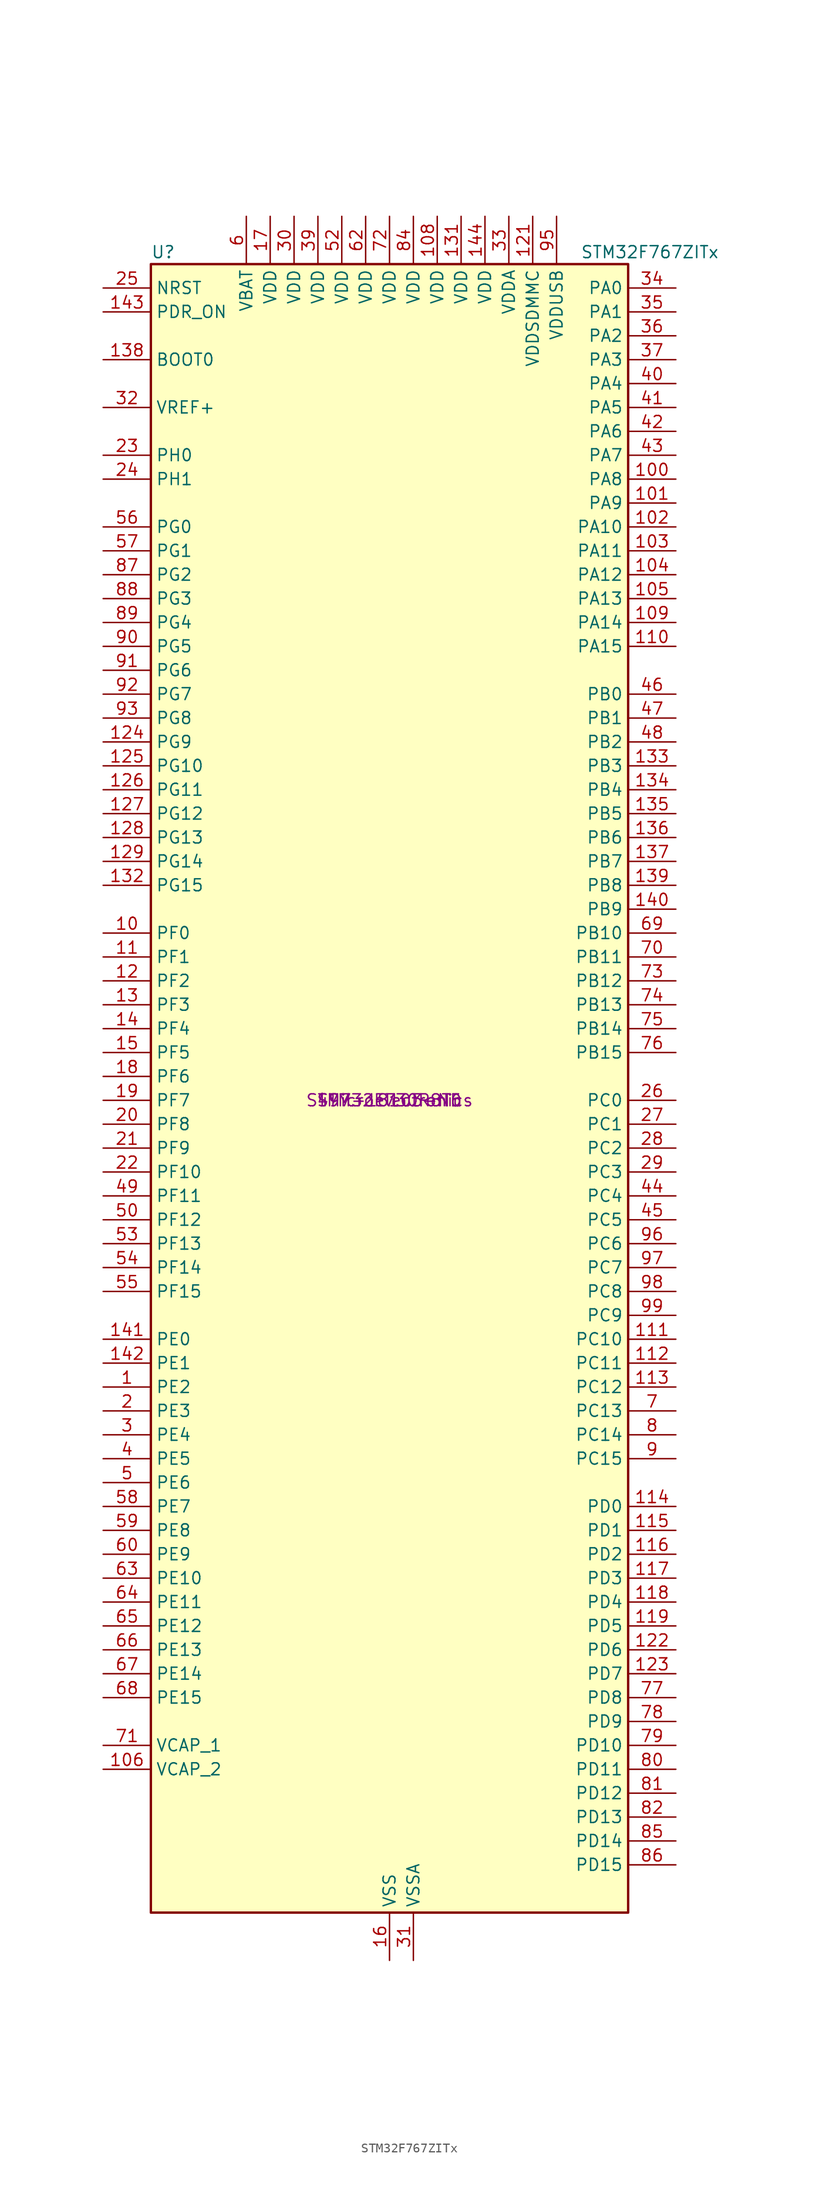
<source format=kicad_sym>
(kicad_symbol_lib
  (version 20231120)
  (generator "kicad_symbol_editor")
  (generator_version "8.0")
  (symbol "STM32F767ZITx"
    (property "Reference" "U"
      (at -25.4 90.17 0)
      (effects (font (size 1.27 1.27)) (justify left)))
    (property "Value" "STM32F767ZITx"
      (at 20.32 90.17 0)
      (effects (font (size 1.27 1.27)) (justify left)))
    (property "MFR" "STMicroelectronics"
      (at 0 0 0)
      (effects (font (size 1.27 1.27))))
    (property "DPN" "497-18103-ND"
      (at 0 0 0)
      (effects (font (size 1.27 1.27))))
    (property "MPN" "STM32F730R8T6"
      (at 0 0 0)
      (effects (font (size 1.27 1.27))))
    (symbol "STM32F767ZITx_0_1"
      (rectangle (start -25.4 88.9) (end 25.4 -86.36) (stroke (width 0.254) (type default)) (fill (type background))))
    (symbol "STM32F767ZITx_1_1"
      (pin bidirectional line (at -30.48 -30.48 0) (length 5.08) (name "PE2" (effects (font (size 1.27 1.27)))) (number "1" (effects (font (size 1.27 1.27)))) (alternate "ETH_TXD3" bidirectional line) (alternate "FMC_A23" bidirectional line) (alternate "QUADSPI_BK1_IO2" bidirectional line) (alternate "SAI1_MCLK_A" bidirectional line) (alternate "SPI4_SCK" bidirectional line) (alternate "SYS_TRACECLK" bidirectional line))
      (pin bidirectional line (at -30.48 17.78 0) (length 5.08) (name "PF0" (effects (font (size 1.27 1.27)))) (number "10" (effects (font (size 1.27 1.27)))) (alternate "FMC_A0" bidirectional line) (alternate "I2C2_SDA" bidirectional line))
      (pin bidirectional line (at 30.48 66.04 180) (length 5.08) (name "PA8" (effects (font (size 1.27 1.27)))) (number "100" (effects (font (size 1.27 1.27)))) (alternate "CAN3_RX" bidirectional line) (alternate "I2C3_SCL" bidirectional line) (alternate "LTDC_B3" bidirectional line) (alternate "LTDC_R6" bidirectional line) (alternate "RCC_MCO_1" bidirectional line) (alternate "TIM1_CH1" bidirectional line) (alternate "TIM8_BKIN2" bidirectional line) (alternate "UART7_RX" bidirectional line) (alternate "USART1_CK" bidirectional line) (alternate "USB_OTG_FS_SOF" bidirectional line))
      (pin bidirectional line (at 30.48 63.5 180) (length 5.08) (name "PA9" (effects (font (size 1.27 1.27)))) (number "101" (effects (font (size 1.27 1.27)))) (alternate "DAC_EXTI9" bidirectional line) (alternate "DCMI_D0" bidirectional line) (alternate "I2C3_SMBA" bidirectional line) (alternate "I2S2_CK" bidirectional line) (alternate "LTDC_R5" bidirectional line) (alternate "SPI2_SCK" bidirectional line) (alternate "TIM1_CH2" bidirectional line) (alternate "USART1_TX" bidirectional line) (alternate "USB_OTG_FS_VBUS" bidirectional line))
      (pin bidirectional line (at 30.48 60.96 180) (length 5.08) (name "PA10" (effects (font (size 1.27 1.27)))) (number "102" (effects (font (size 1.27 1.27)))) (alternate "DCMI_D1" bidirectional line) (alternate "LTDC_B1" bidirectional line) (alternate "LTDC_B4" bidirectional line) (alternate "MDIOS_MDIO" bidirectional line) (alternate "TIM1_CH3" bidirectional line) (alternate "USART1_RX" bidirectional line) (alternate "USB_OTG_FS_ID" bidirectional line))
      (pin bidirectional line (at 30.48 58.42 180) (length 5.08) (name "PA11" (effects (font (size 1.27 1.27)))) (number "103" (effects (font (size 1.27 1.27)))) (alternate "ADC1_EXTI11" bidirectional line) (alternate "ADC2_EXTI11" bidirectional line) (alternate "ADC3_EXTI11" bidirectional line) (alternate "CAN1_RX" bidirectional line) (alternate "I2S2_WS" bidirectional line) (alternate "LTDC_R4" bidirectional line) (alternate "SPI2_NSS" bidirectional line) (alternate "TIM1_CH4" bidirectional line) (alternate "UART4_RX" bidirectional line) (alternate "USART1_CTS" bidirectional line) (alternate "USB_OTG_FS_DM" bidirectional line))
      (pin bidirectional line (at 30.48 55.88 180) (length 5.08) (name "PA12" (effects (font (size 1.27 1.27)))) (number "104" (effects (font (size 1.27 1.27)))) (alternate "CAN1_TX" bidirectional line) (alternate "I2S2_CK" bidirectional line) (alternate "LTDC_R5" bidirectional line) (alternate "SAI2_FS_B" bidirectional line) (alternate "SPI2_SCK" bidirectional line) (alternate "TIM1_ETR" bidirectional line) (alternate "UART4_TX" bidirectional line) (alternate "USART1_DE" bidirectional line) (alternate "USART1_RTS" bidirectional line) (alternate "USB_OTG_FS_DP" bidirectional line))
      (pin bidirectional line (at 30.48 53.34 180) (length 5.08) (name "PA13" (effects (font (size 1.27 1.27)))) (number "105" (effects (font (size 1.27 1.27)))) (alternate "SYS_JTMS-SWDIO" bidirectional line))
      (pin power_out line (at -30.48 -71.12 0) (length 5.08) (name "VCAP_2" (effects (font (size 1.27 1.27)))) (number "106" (effects (font (size 1.27 1.27)))))
      (pin passive line (at 0 -91.44 90) (length 5.08) hide (name "VSS" (effects (font (size 1.27 1.27)))) (number "107" (effects (font (size 1.27 1.27)))))
      (pin power_in line (at 5.08 93.98 270) (length 5.08) (name "VDD" (effects (font (size 1.27 1.27)))) (number "108" (effects (font (size 1.27 1.27)))))
      (pin bidirectional line (at 30.48 50.8 180) (length 5.08) (name "PA14" (effects (font (size 1.27 1.27)))) (number "109" (effects (font (size 1.27 1.27)))) (alternate "SYS_JTCK-SWCLK" bidirectional line))
      (pin bidirectional line (at -30.48 15.24 0) (length 5.08) (name "PF1" (effects (font (size 1.27 1.27)))) (number "11" (effects (font (size 1.27 1.27)))) (alternate "FMC_A1" bidirectional line) (alternate "I2C2_SCL" bidirectional line))
      (pin bidirectional line (at 30.48 48.26 180) (length 5.08) (name "PA15" (effects (font (size 1.27 1.27)))) (number "110" (effects (font (size 1.27 1.27)))) (alternate "CAN3_TX" bidirectional line) (alternate "CEC" bidirectional line) (alternate "I2S1_WS" bidirectional line) (alternate "I2S3_WS" bidirectional line) (alternate "SPI1_NSS" bidirectional line) (alternate "SPI3_NSS" bidirectional line) (alternate "SPI6_NSS" bidirectional line) (alternate "SYS_JTDI" bidirectional line) (alternate "TIM2_CH1" bidirectional line) (alternate "TIM2_ETR" bidirectional line) (alternate "UART4_DE" bidirectional line) (alternate "UART4_RTS" bidirectional line) (alternate "UART7_TX" bidirectional line))
      (pin bidirectional line (at 30.48 -25.4 180) (length 5.08) (name "PC10" (effects (font (size 1.27 1.27)))) (number "111" (effects (font (size 1.27 1.27)))) (alternate "DCMI_D8" bidirectional line) (alternate "DFSDM1_CKIN5" bidirectional line) (alternate "I2S3_CK" bidirectional line) (alternate "LTDC_R2" bidirectional line) (alternate "QUADSPI_BK1_IO1" bidirectional line) (alternate "SDMMC1_D2" bidirectional line) (alternate "SPI3_SCK" bidirectional line) (alternate "UART4_TX" bidirectional line) (alternate "USART3_TX" bidirectional line))
      (pin bidirectional line (at 30.48 -27.94 180) (length 5.08) (name "PC11" (effects (font (size 1.27 1.27)))) (number "112" (effects (font (size 1.27 1.27)))) (alternate "ADC1_EXTI11" bidirectional line) (alternate "ADC2_EXTI11" bidirectional line) (alternate "ADC3_EXTI11" bidirectional line) (alternate "DCMI_D4" bidirectional line) (alternate "DFSDM1_DATIN5" bidirectional line) (alternate "QUADSPI_BK2_NCS" bidirectional line) (alternate "SDMMC1_D3" bidirectional line) (alternate "SPI3_MISO" bidirectional line) (alternate "UART4_RX" bidirectional line) (alternate "USART3_RX" bidirectional line))
      (pin bidirectional line (at 30.48 -30.48 180) (length 5.08) (name "PC12" (effects (font (size 1.27 1.27)))) (number "113" (effects (font (size 1.27 1.27)))) (alternate "DCMI_D9" bidirectional line) (alternate "I2S3_SD" bidirectional line) (alternate "SDMMC1_CK" bidirectional line) (alternate "SPI3_MOSI" bidirectional line) (alternate "SYS_TRACED3" bidirectional line) (alternate "UART5_TX" bidirectional line) (alternate "USART3_CK" bidirectional line))
      (pin bidirectional line (at 30.48 -43.18 180) (length 5.08) (name "PD0" (effects (font (size 1.27 1.27)))) (number "114" (effects (font (size 1.27 1.27)))) (alternate "CAN1_RX" bidirectional line) (alternate "DFSDM1_CKIN6" bidirectional line) (alternate "DFSDM1_DATIN7" bidirectional line) (alternate "FMC_D2" bidirectional line) (alternate "FMC_DA2" bidirectional line) (alternate "UART4_RX" bidirectional line))
      (pin bidirectional line (at 30.48 -45.72 180) (length 5.08) (name "PD1" (effects (font (size 1.27 1.27)))) (number "115" (effects (font (size 1.27 1.27)))) (alternate "CAN1_TX" bidirectional line) (alternate "DFSDM1_CKIN7" bidirectional line) (alternate "DFSDM1_DATIN6" bidirectional line) (alternate "FMC_D3" bidirectional line) (alternate "FMC_DA3" bidirectional line) (alternate "UART4_TX" bidirectional line))
      (pin bidirectional line (at 30.48 -48.26 180) (length 5.08) (name "PD2" (effects (font (size 1.27 1.27)))) (number "116" (effects (font (size 1.27 1.27)))) (alternate "DCMI_D11" bidirectional line) (alternate "SDMMC1_CMD" bidirectional line) (alternate "SYS_TRACED2" bidirectional line) (alternate "TIM3_ETR" bidirectional line) (alternate "UART5_RX" bidirectional line))
      (pin bidirectional line (at 30.48 -50.8 180) (length 5.08) (name "PD3" (effects (font (size 1.27 1.27)))) (number "117" (effects (font (size 1.27 1.27)))) (alternate "DCMI_D5" bidirectional line) (alternate "DFSDM1_CKOUT" bidirectional line) (alternate "DFSDM1_DATIN0" bidirectional line) (alternate "FMC_CLK" bidirectional line) (alternate "I2S2_CK" bidirectional line) (alternate "LTDC_G7" bidirectional line) (alternate "SPI2_SCK" bidirectional line) (alternate "USART2_CTS" bidirectional line))
      (pin bidirectional line (at 30.48 -53.34 180) (length 5.08) (name "PD4" (effects (font (size 1.27 1.27)))) (number "118" (effects (font (size 1.27 1.27)))) (alternate "DFSDM1_CKIN0" bidirectional line) (alternate "FMC_NOE" bidirectional line) (alternate "USART2_DE" bidirectional line) (alternate "USART2_RTS" bidirectional line))
      (pin bidirectional line (at 30.48 -55.88 180) (length 5.08) (name "PD5" (effects (font (size 1.27 1.27)))) (number "119" (effects (font (size 1.27 1.27)))) (alternate "FMC_NWE" bidirectional line) (alternate "USART2_TX" bidirectional line))
      (pin bidirectional line (at -30.48 12.7 0) (length 5.08) (name "PF2" (effects (font (size 1.27 1.27)))) (number "12" (effects (font (size 1.27 1.27)))) (alternate "FMC_A2" bidirectional line) (alternate "I2C2_SMBA" bidirectional line))
      (pin passive line (at 0 -91.44 90) (length 5.08) hide (name "VSS" (effects (font (size 1.27 1.27)))) (number "120" (effects (font (size 1.27 1.27)))))
      (pin power_in line (at 15.24 93.98 270) (length 5.08) (name "VDDSDMMC" (effects (font (size 1.27 1.27)))) (number "121" (effects (font (size 1.27 1.27)))))
      (pin bidirectional line (at 30.48 -58.42 180) (length 5.08) (name "PD6" (effects (font (size 1.27 1.27)))) (number "122" (effects (font (size 1.27 1.27)))) (alternate "DCMI_D10" bidirectional line) (alternate "DFSDM1_CKIN4" bidirectional line) (alternate "DFSDM1_DATIN1" bidirectional line) (alternate "FMC_NWAIT" bidirectional line) (alternate "I2S3_SD" bidirectional line) (alternate "LTDC_B2" bidirectional line) (alternate "SAI1_SD_A" bidirectional line) (alternate "SDMMC2_CK" bidirectional line) (alternate "SPI3_MOSI" bidirectional line) (alternate "USART2_RX" bidirectional line))
      (pin bidirectional line (at 30.48 -60.96 180) (length 5.08) (name "PD7" (effects (font (size 1.27 1.27)))) (number "123" (effects (font (size 1.27 1.27)))) (alternate "DFSDM1_CKIN1" bidirectional line) (alternate "DFSDM1_DATIN4" bidirectional line) (alternate "FMC_NE1" bidirectional line) (alternate "I2S1_SD" bidirectional line) (alternate "SDMMC2_CMD" bidirectional line) (alternate "SPDIFRX_IN0" bidirectional line) (alternate "SPI1_MOSI" bidirectional line) (alternate "USART2_CK" bidirectional line))
      (pin bidirectional line (at -30.48 38.1 0) (length 5.08) (name "PG9" (effects (font (size 1.27 1.27)))) (number "124" (effects (font (size 1.27 1.27)))) (alternate "DAC_EXTI9" bidirectional line) (alternate "DCMI_VSYNC" bidirectional line) (alternate "FMC_NCE" bidirectional line) (alternate "FMC_NE2" bidirectional line) (alternate "QUADSPI_BK2_IO2" bidirectional line) (alternate "SAI2_FS_B" bidirectional line) (alternate "SDMMC2_D0" bidirectional line) (alternate "SPDIFRX_IN3" bidirectional line) (alternate "SPI1_MISO" bidirectional line) (alternate "USART6_RX" bidirectional line))
      (pin bidirectional line (at -30.48 35.56 0) (length 5.08) (name "PG10" (effects (font (size 1.27 1.27)))) (number "125" (effects (font (size 1.27 1.27)))) (alternate "DCMI_D2" bidirectional line) (alternate "FMC_NE3" bidirectional line) (alternate "I2S1_WS" bidirectional line) (alternate "LTDC_B2" bidirectional line) (alternate "LTDC_G3" bidirectional line) (alternate "SAI2_SD_B" bidirectional line) (alternate "SDMMC2_D1" bidirectional line) (alternate "SPI1_NSS" bidirectional line))
      (pin bidirectional line (at -30.48 33.02 0) (length 5.08) (name "PG11" (effects (font (size 1.27 1.27)))) (number "126" (effects (font (size 1.27 1.27)))) (alternate "ADC1_EXTI11" bidirectional line) (alternate "ADC2_EXTI11" bidirectional line) (alternate "ADC3_EXTI11" bidirectional line) (alternate "DCMI_D3" bidirectional line) (alternate "ETH_TX_EN" bidirectional line) (alternate "I2S1_CK" bidirectional line) (alternate "LTDC_B3" bidirectional line) (alternate "SDMMC2_D2" bidirectional line) (alternate "SPDIFRX_IN0" bidirectional line) (alternate "SPI1_SCK" bidirectional line))
      (pin bidirectional line (at -30.48 30.48 0) (length 5.08) (name "PG12" (effects (font (size 1.27 1.27)))) (number "127" (effects (font (size 1.27 1.27)))) (alternate "FMC_NE4" bidirectional line) (alternate "LPTIM1_IN1" bidirectional line) (alternate "LTDC_B1" bidirectional line) (alternate "LTDC_B4" bidirectional line) (alternate "SDMMC2_D3" bidirectional line) (alternate "SPDIFRX_IN1" bidirectional line) (alternate "SPI6_MISO" bidirectional line) (alternate "USART6_DE" bidirectional line) (alternate "USART6_RTS" bidirectional line))
      (pin bidirectional line (at -30.48 27.94 0) (length 5.08) (name "PG13" (effects (font (size 1.27 1.27)))) (number "128" (effects (font (size 1.27 1.27)))) (alternate "ETH_TXD0" bidirectional line) (alternate "FMC_A24" bidirectional line) (alternate "LPTIM1_OUT" bidirectional line) (alternate "LTDC_R0" bidirectional line) (alternate "SPI6_SCK" bidirectional line) (alternate "SYS_TRACED0" bidirectional line) (alternate "USART6_CTS" bidirectional line))
      (pin bidirectional line (at -30.48 25.4 0) (length 5.08) (name "PG14" (effects (font (size 1.27 1.27)))) (number "129" (effects (font (size 1.27 1.27)))) (alternate "ETH_TXD1" bidirectional line) (alternate "FMC_A25" bidirectional line) (alternate "LPTIM1_ETR" bidirectional line) (alternate "LTDC_B0" bidirectional line) (alternate "QUADSPI_BK2_IO3" bidirectional line) (alternate "SPI6_MOSI" bidirectional line) (alternate "SYS_TRACED1" bidirectional line) (alternate "USART6_TX" bidirectional line))
      (pin bidirectional line (at -30.48 10.16 0) (length 5.08) (name "PF3" (effects (font (size 1.27 1.27)))) (number "13" (effects (font (size 1.27 1.27)))) (alternate "ADC3_IN9" bidirectional line) (alternate "FMC_A3" bidirectional line))
      (pin passive line (at 0 -91.44 90) (length 5.08) hide (name "VSS" (effects (font (size 1.27 1.27)))) (number "130" (effects (font (size 1.27 1.27)))))
      (pin power_in line (at 7.62 93.98 270) (length 5.08) (name "VDD" (effects (font (size 1.27 1.27)))) (number "131" (effects (font (size 1.27 1.27)))))
      (pin bidirectional line (at -30.48 22.86 0) (length 5.08) (name "PG15" (effects (font (size 1.27 1.27)))) (number "132" (effects (font (size 1.27 1.27)))) (alternate "DCMI_D13" bidirectional line) (alternate "FMC_SDNCAS" bidirectional line) (alternate "USART6_CTS" bidirectional line))
      (pin bidirectional line (at 30.48 35.56 180) (length 5.08) (name "PB3" (effects (font (size 1.27 1.27)))) (number "133" (effects (font (size 1.27 1.27)))) (alternate "CAN3_RX" bidirectional line) (alternate "I2S1_CK" bidirectional line) (alternate "I2S3_CK" bidirectional line) (alternate "SDMMC2_D2" bidirectional line) (alternate "SPI1_SCK" bidirectional line) (alternate "SPI3_SCK" bidirectional line) (alternate "SPI6_SCK" bidirectional line) (alternate "SYS_JTDO-SWO" bidirectional line) (alternate "TIM2_CH2" bidirectional line) (alternate "UART7_RX" bidirectional line))
      (pin bidirectional line (at 30.48 33.02 180) (length 5.08) (name "PB4" (effects (font (size 1.27 1.27)))) (number "134" (effects (font (size 1.27 1.27)))) (alternate "CAN3_TX" bidirectional line) (alternate "I2S2_WS" bidirectional line) (alternate "SDMMC2_D3" bidirectional line) (alternate "SPI1_MISO" bidirectional line) (alternate "SPI2_NSS" bidirectional line) (alternate "SPI3_MISO" bidirectional line) (alternate "SPI6_MISO" bidirectional line) (alternate "SYS_JTRST" bidirectional line) (alternate "TIM3_CH1" bidirectional line) (alternate "UART7_TX" bidirectional line))
      (pin bidirectional line (at 30.48 30.48 180) (length 5.08) (name "PB5" (effects (font (size 1.27 1.27)))) (number "135" (effects (font (size 1.27 1.27)))) (alternate "CAN2_RX" bidirectional line) (alternate "DCMI_D10" bidirectional line) (alternate "ETH_PPS_OUT" bidirectional line) (alternate "FMC_SDCKE1" bidirectional line) (alternate "I2C1_SMBA" bidirectional line) (alternate "I2S1_SD" bidirectional line) (alternate "I2S3_SD" bidirectional line) (alternate "LTDC_G7" bidirectional line) (alternate "SPI1_MOSI" bidirectional line) (alternate "SPI3_MOSI" bidirectional line) (alternate "SPI6_MOSI" bidirectional line) (alternate "TIM3_CH2" bidirectional line) (alternate "UART5_RX" bidirectional line) (alternate "USB_OTG_HS_ULPI_D7" bidirectional line))
      (pin bidirectional line (at 30.48 27.94 180) (length 5.08) (name "PB6" (effects (font (size 1.27 1.27)))) (number "136" (effects (font (size 1.27 1.27)))) (alternate "CAN2_TX" bidirectional line) (alternate "CEC" bidirectional line) (alternate "DCMI_D5" bidirectional line) (alternate "DFSDM1_DATIN5" bidirectional line) (alternate "FMC_SDNE1" bidirectional line) (alternate "I2C1_SCL" bidirectional line) (alternate "I2C4_SCL" bidirectional line) (alternate "QUADSPI_BK1_NCS" bidirectional line) (alternate "TIM4_CH1" bidirectional line) (alternate "UART5_TX" bidirectional line) (alternate "USART1_TX" bidirectional line))
      (pin bidirectional line (at 30.48 25.4 180) (length 5.08) (name "PB7" (effects (font (size 1.27 1.27)))) (number "137" (effects (font (size 1.27 1.27)))) (alternate "DCMI_VSYNC" bidirectional line) (alternate "DFSDM1_CKIN5" bidirectional line) (alternate "FMC_NL" bidirectional line) (alternate "I2C1_SDA" bidirectional line) (alternate "I2C4_SDA" bidirectional line) (alternate "TIM4_CH2" bidirectional line) (alternate "USART1_RX" bidirectional line))
      (pin input line (at -30.48 78.74 0) (length 5.08) (name "BOOT0" (effects (font (size 1.27 1.27)))) (number "138" (effects (font (size 1.27 1.27)))))
      (pin bidirectional line (at 30.48 22.86 180) (length 5.08) (name "PB8" (effects (font (size 1.27 1.27)))) (number "139" (effects (font (size 1.27 1.27)))) (alternate "CAN1_RX" bidirectional line) (alternate "DCMI_D6" bidirectional line) (alternate "DFSDM1_CKIN7" bidirectional line) (alternate "ETH_TXD3" bidirectional line) (alternate "I2C1_SCL" bidirectional line) (alternate "I2C4_SCL" bidirectional line) (alternate "LTDC_B6" bidirectional line) (alternate "SDMMC1_D4" bidirectional line) (alternate "SDMMC2_D4" bidirectional line) (alternate "TIM10_CH1" bidirectional line) (alternate "TIM4_CH3" bidirectional line) (alternate "UART5_RX" bidirectional line))
      (pin bidirectional line (at -30.48 7.62 0) (length 5.08) (name "PF4" (effects (font (size 1.27 1.27)))) (number "14" (effects (font (size 1.27 1.27)))) (alternate "ADC3_IN14" bidirectional line) (alternate "FMC_A4" bidirectional line))
      (pin bidirectional line (at 30.48 20.32 180) (length 5.08) (name "PB9" (effects (font (size 1.27 1.27)))) (number "140" (effects (font (size 1.27 1.27)))) (alternate "CAN1_TX" bidirectional line) (alternate "DAC_EXTI9" bidirectional line) (alternate "DCMI_D7" bidirectional line) (alternate "DFSDM1_DATIN7" bidirectional line) (alternate "I2C1_SDA" bidirectional line) (alternate "I2C4_SDA" bidirectional line) (alternate "I2C4_SMBA" bidirectional line) (alternate "I2S2_WS" bidirectional line) (alternate "LTDC_B7" bidirectional line) (alternate "SDMMC1_D5" bidirectional line) (alternate "SDMMC2_D5" bidirectional line) (alternate "SPI2_NSS" bidirectional line) (alternate "TIM11_CH1" bidirectional line) (alternate "TIM4_CH4" bidirectional line) (alternate "UART5_TX" bidirectional line))
      (pin bidirectional line (at -30.48 -25.4 0) (length 5.08) (name "PE0" (effects (font (size 1.27 1.27)))) (number "141" (effects (font (size 1.27 1.27)))) (alternate "DCMI_D2" bidirectional line) (alternate "FMC_NBL0" bidirectional line) (alternate "LPTIM1_ETR" bidirectional line) (alternate "SAI2_MCLK_A" bidirectional line) (alternate "TIM4_ETR" bidirectional line) (alternate "UART8_RX" bidirectional line))
      (pin bidirectional line (at -30.48 -27.94 0) (length 5.08) (name "PE1" (effects (font (size 1.27 1.27)))) (number "142" (effects (font (size 1.27 1.27)))) (alternate "DCMI_D3" bidirectional line) (alternate "FMC_NBL1" bidirectional line) (alternate "LPTIM1_IN2" bidirectional line) (alternate "UART8_TX" bidirectional line))
      (pin input line (at -30.48 83.82 0) (length 5.08) (name "PDR_ON" (effects (font (size 1.27 1.27)))) (number "143" (effects (font (size 1.27 1.27)))))
      (pin power_in line (at 10.16 93.98 270) (length 5.08) (name "VDD" (effects (font (size 1.27 1.27)))) (number "144" (effects (font (size 1.27 1.27)))))
      (pin bidirectional line (at -30.48 5.08 0) (length 5.08) (name "PF5" (effects (font (size 1.27 1.27)))) (number "15" (effects (font (size 1.27 1.27)))) (alternate "ADC3_IN15" bidirectional line) (alternate "FMC_A5" bidirectional line))
      (pin power_in line (at 0 -91.44 90) (length 5.08) (name "VSS" (effects (font (size 1.27 1.27)))) (number "16" (effects (font (size 1.27 1.27)))))
      (pin power_in line (at -12.7 93.98 270) (length 5.08) (name "VDD" (effects (font (size 1.27 1.27)))) (number "17" (effects (font (size 1.27 1.27)))))
      (pin bidirectional line (at -30.48 2.54 0) (length 5.08) (name "PF6" (effects (font (size 1.27 1.27)))) (number "18" (effects (font (size 1.27 1.27)))) (alternate "ADC3_IN4" bidirectional line) (alternate "QUADSPI_BK1_IO3" bidirectional line) (alternate "SAI1_SD_B" bidirectional line) (alternate "SPI5_NSS" bidirectional line) (alternate "TIM10_CH1" bidirectional line) (alternate "UART7_RX" bidirectional line))
      (pin bidirectional line (at -30.48 0 0) (length 5.08) (name "PF7" (effects (font (size 1.27 1.27)))) (number "19" (effects (font (size 1.27 1.27)))) (alternate "ADC3_IN5" bidirectional line) (alternate "QUADSPI_BK1_IO2" bidirectional line) (alternate "SAI1_MCLK_B" bidirectional line) (alternate "SPI5_SCK" bidirectional line) (alternate "TIM11_CH1" bidirectional line) (alternate "UART7_TX" bidirectional line))
      (pin bidirectional line (at -30.48 -33.02 0) (length 5.08) (name "PE3" (effects (font (size 1.27 1.27)))) (number "2" (effects (font (size 1.27 1.27)))) (alternate "FMC_A19" bidirectional line) (alternate "SAI1_SD_B" bidirectional line) (alternate "SYS_TRACED0" bidirectional line))
      (pin bidirectional line (at -30.48 -2.54 0) (length 5.08) (name "PF8" (effects (font (size 1.27 1.27)))) (number "20" (effects (font (size 1.27 1.27)))) (alternate "ADC3_IN6" bidirectional line) (alternate "QUADSPI_BK1_IO0" bidirectional line) (alternate "SAI1_SCK_B" bidirectional line) (alternate "SPI5_MISO" bidirectional line) (alternate "TIM13_CH1" bidirectional line) (alternate "UART7_DE" bidirectional line) (alternate "UART7_RTS" bidirectional line))
      (pin bidirectional line (at -30.48 -5.08 0) (length 5.08) (name "PF9" (effects (font (size 1.27 1.27)))) (number "21" (effects (font (size 1.27 1.27)))) (alternate "ADC3_IN7" bidirectional line) (alternate "DAC_EXTI9" bidirectional line) (alternate "QUADSPI_BK1_IO1" bidirectional line) (alternate "SAI1_FS_B" bidirectional line) (alternate "SPI5_MOSI" bidirectional line) (alternate "TIM14_CH1" bidirectional line) (alternate "UART7_CTS" bidirectional line))
      (pin bidirectional line (at -30.48 -7.62 0) (length 5.08) (name "PF10" (effects (font (size 1.27 1.27)))) (number "22" (effects (font (size 1.27 1.27)))) (alternate "ADC3_IN8" bidirectional line) (alternate "DCMI_D11" bidirectional line) (alternate "LTDC_DE" bidirectional line) (alternate "QUADSPI_CLK" bidirectional line))
      (pin bidirectional line (at -30.48 68.58 0) (length 5.08) (name "PH0" (effects (font (size 1.27 1.27)))) (number "23" (effects (font (size 1.27 1.27)))) (alternate "RCC_OSC_IN" bidirectional line))
      (pin bidirectional line (at -30.48 66.04 0) (length 5.08) (name "PH1" (effects (font (size 1.27 1.27)))) (number "24" (effects (font (size 1.27 1.27)))) (alternate "RCC_OSC_OUT" bidirectional line))
      (pin input line (at -30.48 86.36 0) (length 5.08) (name "NRST" (effects (font (size 1.27 1.27)))) (number "25" (effects (font (size 1.27 1.27)))))
      (pin bidirectional line (at 30.48 0 180) (length 5.08) (name "PC0" (effects (font (size 1.27 1.27)))) (number "26" (effects (font (size 1.27 1.27)))) (alternate "ADC1_IN10" bidirectional line) (alternate "ADC2_IN10" bidirectional line) (alternate "ADC3_IN10" bidirectional line) (alternate "DFSDM1_CKIN0" bidirectional line) (alternate "DFSDM1_DATIN4" bidirectional line) (alternate "FMC_SDNWE" bidirectional line) (alternate "LTDC_R5" bidirectional line) (alternate "SAI2_FS_B" bidirectional line) (alternate "USB_OTG_HS_ULPI_STP" bidirectional line))
      (pin bidirectional line (at 30.48 -2.54 180) (length 5.08) (name "PC1" (effects (font (size 1.27 1.27)))) (number "27" (effects (font (size 1.27 1.27)))) (alternate "ADC1_IN11" bidirectional line) (alternate "ADC2_IN11" bidirectional line) (alternate "ADC3_IN11" bidirectional line) (alternate "DFSDM1_CKIN4" bidirectional line) (alternate "DFSDM1_DATIN0" bidirectional line) (alternate "ETH_MDC" bidirectional line) (alternate "I2S2_SD" bidirectional line) (alternate "MDIOS_MDC" bidirectional line) (alternate "RTC_TAMP3" bidirectional line) (alternate "RTC_TS" bidirectional line) (alternate "SAI1_SD_A" bidirectional line) (alternate "SPI2_MOSI" bidirectional line) (alternate "SYS_TRACED0" bidirectional line) (alternate "SYS_WKUP3" bidirectional line))
      (pin bidirectional line (at 30.48 -5.08 180) (length 5.08) (name "PC2" (effects (font (size 1.27 1.27)))) (number "28" (effects (font (size 1.27 1.27)))) (alternate "ADC1_IN12" bidirectional line) (alternate "ADC2_IN12" bidirectional line) (alternate "ADC3_IN12" bidirectional line) (alternate "DFSDM1_CKIN1" bidirectional line) (alternate "DFSDM1_CKOUT" bidirectional line) (alternate "ETH_TXD2" bidirectional line) (alternate "FMC_SDNE0" bidirectional line) (alternate "SPI2_MISO" bidirectional line) (alternate "USB_OTG_HS_ULPI_DIR" bidirectional line))
      (pin bidirectional line (at 30.48 -7.62 180) (length 5.08) (name "PC3" (effects (font (size 1.27 1.27)))) (number "29" (effects (font (size 1.27 1.27)))) (alternate "ADC1_IN13" bidirectional line) (alternate "ADC2_IN13" bidirectional line) (alternate "ADC3_IN13" bidirectional line) (alternate "DFSDM1_DATIN1" bidirectional line) (alternate "ETH_TX_CLK" bidirectional line) (alternate "FMC_SDCKE0" bidirectional line) (alternate "I2S2_SD" bidirectional line) (alternate "SPI2_MOSI" bidirectional line) (alternate "USB_OTG_HS_ULPI_NXT" bidirectional line))
      (pin bidirectional line (at -30.48 -35.56 0) (length 5.08) (name "PE4" (effects (font (size 1.27 1.27)))) (number "3" (effects (font (size 1.27 1.27)))) (alternate "DCMI_D4" bidirectional line) (alternate "DFSDM1_DATIN3" bidirectional line) (alternate "FMC_A20" bidirectional line) (alternate "LTDC_B0" bidirectional line) (alternate "SAI1_FS_A" bidirectional line) (alternate "SPI4_NSS" bidirectional line) (alternate "SYS_TRACED1" bidirectional line))
      (pin power_in line (at -10.16 93.98 270) (length 5.08) (name "VDD" (effects (font (size 1.27 1.27)))) (number "30" (effects (font (size 1.27 1.27)))))
      (pin power_in line (at 2.54 -91.44 90) (length 5.08) (name "VSSA" (effects (font (size 1.27 1.27)))) (number "31" (effects (font (size 1.27 1.27)))))
      (pin input line (at -30.48 73.66 0) (length 5.08) (name "VREF+" (effects (font (size 1.27 1.27)))) (number "32" (effects (font (size 1.27 1.27)))))
      (pin power_in line (at 12.7 93.98 270) (length 5.08) (name "VDDA" (effects (font (size 1.27 1.27)))) (number "33" (effects (font (size 1.27 1.27)))))
      (pin bidirectional line (at 30.48 86.36 180) (length 5.08) (name "PA0" (effects (font (size 1.27 1.27)))) (number "34" (effects (font (size 1.27 1.27)))) (alternate "ADC1_IN0" bidirectional line) (alternate "ADC2_IN0" bidirectional line) (alternate "ADC3_IN0" bidirectional line) (alternate "ETH_CRS" bidirectional line) (alternate "SAI2_SD_B" bidirectional line) (alternate "SYS_WKUP1" bidirectional line) (alternate "TIM2_CH1" bidirectional line) (alternate "TIM2_ETR" bidirectional line) (alternate "TIM5_CH1" bidirectional line) (alternate "TIM8_ETR" bidirectional line) (alternate "UART4_TX" bidirectional line) (alternate "USART2_CTS" bidirectional line))
      (pin bidirectional line (at 30.48 83.82 180) (length 5.08) (name "PA1" (effects (font (size 1.27 1.27)))) (number "35" (effects (font (size 1.27 1.27)))) (alternate "ADC1_IN1" bidirectional line) (alternate "ADC2_IN1" bidirectional line) (alternate "ADC3_IN1" bidirectional line) (alternate "ETH_REF_CLK" bidirectional line) (alternate "ETH_RX_CLK" bidirectional line) (alternate "LTDC_R2" bidirectional line) (alternate "QUADSPI_BK1_IO3" bidirectional line) (alternate "SAI2_MCLK_B" bidirectional line) (alternate "TIM2_CH2" bidirectional line) (alternate "TIM5_CH2" bidirectional line) (alternate "UART4_RX" bidirectional line) (alternate "USART2_DE" bidirectional line) (alternate "USART2_RTS" bidirectional line))
      (pin bidirectional line (at 30.48 81.28 180) (length 5.08) (name "PA2" (effects (font (size 1.27 1.27)))) (number "36" (effects (font (size 1.27 1.27)))) (alternate "ADC1_IN2" bidirectional line) (alternate "ADC2_IN2" bidirectional line) (alternate "ADC3_IN2" bidirectional line) (alternate "ETH_MDIO" bidirectional line) (alternate "LTDC_R1" bidirectional line) (alternate "MDIOS_MDIO" bidirectional line) (alternate "SAI2_SCK_B" bidirectional line) (alternate "SYS_WKUP2" bidirectional line) (alternate "TIM2_CH3" bidirectional line) (alternate "TIM5_CH3" bidirectional line) (alternate "TIM9_CH1" bidirectional line) (alternate "USART2_TX" bidirectional line))
      (pin bidirectional line (at 30.48 78.74 180) (length 5.08) (name "PA3" (effects (font (size 1.27 1.27)))) (number "37" (effects (font (size 1.27 1.27)))) (alternate "ADC1_IN3" bidirectional line) (alternate "ADC2_IN3" bidirectional line) (alternate "ADC3_IN3" bidirectional line) (alternate "ETH_COL" bidirectional line) (alternate "LTDC_B2" bidirectional line) (alternate "LTDC_B5" bidirectional line) (alternate "TIM2_CH4" bidirectional line) (alternate "TIM5_CH4" bidirectional line) (alternate "TIM9_CH2" bidirectional line) (alternate "USART2_RX" bidirectional line) (alternate "USB_OTG_HS_ULPI_D0" bidirectional line))
      (pin passive line (at 0 -91.44 90) (length 5.08) hide (name "VSS" (effects (font (size 1.27 1.27)))) (number "38" (effects (font (size 1.27 1.27)))))
      (pin power_in line (at -7.62 93.98 270) (length 5.08) (name "VDD" (effects (font (size 1.27 1.27)))) (number "39" (effects (font (size 1.27 1.27)))))
      (pin bidirectional line (at -30.48 -38.1 0) (length 5.08) (name "PE5" (effects (font (size 1.27 1.27)))) (number "4" (effects (font (size 1.27 1.27)))) (alternate "DCMI_D6" bidirectional line) (alternate "DFSDM1_CKIN3" bidirectional line) (alternate "FMC_A21" bidirectional line) (alternate "LTDC_G0" bidirectional line) (alternate "SAI1_SCK_A" bidirectional line) (alternate "SPI4_MISO" bidirectional line) (alternate "SYS_TRACED2" bidirectional line) (alternate "TIM9_CH1" bidirectional line))
      (pin bidirectional line (at 30.48 76.2 180) (length 5.08) (name "PA4" (effects (font (size 1.27 1.27)))) (number "40" (effects (font (size 1.27 1.27)))) (alternate "ADC1_IN4" bidirectional line) (alternate "ADC2_IN4" bidirectional line) (alternate "DAC_OUT1" bidirectional line) (alternate "DCMI_HSYNC" bidirectional line) (alternate "I2S1_WS" bidirectional line) (alternate "I2S3_WS" bidirectional line) (alternate "LTDC_VSYNC" bidirectional line) (alternate "SPI1_NSS" bidirectional line) (alternate "SPI3_NSS" bidirectional line) (alternate "SPI6_NSS" bidirectional line) (alternate "USART2_CK" bidirectional line) (alternate "USB_OTG_HS_SOF" bidirectional line))
      (pin bidirectional line (at 30.48 73.66 180) (length 5.08) (name "PA5" (effects (font (size 1.27 1.27)))) (number "41" (effects (font (size 1.27 1.27)))) (alternate "ADC1_IN5" bidirectional line) (alternate "ADC2_IN5" bidirectional line) (alternate "DAC_OUT2" bidirectional line) (alternate "I2S1_CK" bidirectional line) (alternate "LTDC_R4" bidirectional line) (alternate "SPI1_SCK" bidirectional line) (alternate "SPI6_SCK" bidirectional line) (alternate "TIM2_CH1" bidirectional line) (alternate "TIM2_ETR" bidirectional line) (alternate "TIM8_CH1N" bidirectional line) (alternate "USB_OTG_HS_ULPI_CK" bidirectional line))
      (pin bidirectional line (at 30.48 71.12 180) (length 5.08) (name "PA6" (effects (font (size 1.27 1.27)))) (number "42" (effects (font (size 1.27 1.27)))) (alternate "ADC1_IN6" bidirectional line) (alternate "ADC2_IN6" bidirectional line) (alternate "DCMI_PIXCLK" bidirectional line) (alternate "LTDC_G2" bidirectional line) (alternate "MDIOS_MDC" bidirectional line) (alternate "SPI1_MISO" bidirectional line) (alternate "SPI6_MISO" bidirectional line) (alternate "TIM13_CH1" bidirectional line) (alternate "TIM1_BKIN" bidirectional line) (alternate "TIM3_CH1" bidirectional line) (alternate "TIM8_BKIN" bidirectional line))
      (pin bidirectional line (at 30.48 68.58 180) (length 5.08) (name "PA7" (effects (font (size 1.27 1.27)))) (number "43" (effects (font (size 1.27 1.27)))) (alternate "ADC1_IN7" bidirectional line) (alternate "ADC2_IN7" bidirectional line) (alternate "ETH_CRS_DV" bidirectional line) (alternate "ETH_RX_DV" bidirectional line) (alternate "FMC_SDNWE" bidirectional line) (alternate "I2S1_SD" bidirectional line) (alternate "SPI1_MOSI" bidirectional line) (alternate "SPI6_MOSI" bidirectional line) (alternate "TIM14_CH1" bidirectional line) (alternate "TIM1_CH1N" bidirectional line) (alternate "TIM3_CH2" bidirectional line) (alternate "TIM8_CH1N" bidirectional line))
      (pin bidirectional line (at 30.48 -10.16 180) (length 5.08) (name "PC4" (effects (font (size 1.27 1.27)))) (number "44" (effects (font (size 1.27 1.27)))) (alternate "ADC1_IN14" bidirectional line) (alternate "ADC2_IN14" bidirectional line) (alternate "DFSDM1_CKIN2" bidirectional line) (alternate "ETH_RXD0" bidirectional line) (alternate "FMC_SDNE0" bidirectional line) (alternate "I2S1_MCK" bidirectional line) (alternate "SPDIFRX_IN2" bidirectional line))
      (pin bidirectional line (at 30.48 -12.7 180) (length 5.08) (name "PC5" (effects (font (size 1.27 1.27)))) (number "45" (effects (font (size 1.27 1.27)))) (alternate "ADC1_IN15" bidirectional line) (alternate "ADC2_IN15" bidirectional line) (alternate "DFSDM1_DATIN2" bidirectional line) (alternate "ETH_RXD1" bidirectional line) (alternate "FMC_SDCKE0" bidirectional line) (alternate "SPDIFRX_IN3" bidirectional line))
      (pin bidirectional line (at 30.48 43.18 180) (length 5.08) (name "PB0" (effects (font (size 1.27 1.27)))) (number "46" (effects (font (size 1.27 1.27)))) (alternate "ADC1_IN8" bidirectional line) (alternate "ADC2_IN8" bidirectional line) (alternate "DFSDM1_CKOUT" bidirectional line) (alternate "ETH_RXD2" bidirectional line) (alternate "LTDC_G1" bidirectional line) (alternate "LTDC_R3" bidirectional line) (alternate "TIM1_CH2N" bidirectional line) (alternate "TIM3_CH3" bidirectional line) (alternate "TIM8_CH2N" bidirectional line) (alternate "UART4_CTS" bidirectional line) (alternate "USB_OTG_HS_ULPI_D1" bidirectional line))
      (pin bidirectional line (at 30.48 40.64 180) (length 5.08) (name "PB1" (effects (font (size 1.27 1.27)))) (number "47" (effects (font (size 1.27 1.27)))) (alternate "ADC1_IN9" bidirectional line) (alternate "ADC2_IN9" bidirectional line) (alternate "DFSDM1_DATIN1" bidirectional line) (alternate "ETH_RXD3" bidirectional line) (alternate "LTDC_G0" bidirectional line) (alternate "LTDC_R6" bidirectional line) (alternate "TIM1_CH3N" bidirectional line) (alternate "TIM3_CH4" bidirectional line) (alternate "TIM8_CH3N" bidirectional line) (alternate "USB_OTG_HS_ULPI_D2" bidirectional line))
      (pin bidirectional line (at 30.48 38.1 180) (length 5.08) (name "PB2" (effects (font (size 1.27 1.27)))) (number "48" (effects (font (size 1.27 1.27)))) (alternate "DFSDM1_CKIN1" bidirectional line) (alternate "I2S3_SD" bidirectional line) (alternate "QUADSPI_CLK" bidirectional line) (alternate "SAI1_SD_A" bidirectional line) (alternate "SPI3_MOSI" bidirectional line))
      (pin bidirectional line (at -30.48 -10.16 0) (length 5.08) (name "PF11" (effects (font (size 1.27 1.27)))) (number "49" (effects (font (size 1.27 1.27)))) (alternate "ADC1_EXTI11" bidirectional line) (alternate "ADC2_EXTI11" bidirectional line) (alternate "ADC3_EXTI11" bidirectional line) (alternate "DCMI_D12" bidirectional line) (alternate "FMC_SDNRAS" bidirectional line) (alternate "SAI2_SD_B" bidirectional line) (alternate "SPI5_MOSI" bidirectional line))
      (pin bidirectional line (at -30.48 -40.64 0) (length 5.08) (name "PE6" (effects (font (size 1.27 1.27)))) (number "5" (effects (font (size 1.27 1.27)))) (alternate "DCMI_D7" bidirectional line) (alternate "FMC_A22" bidirectional line) (alternate "LTDC_G1" bidirectional line) (alternate "SAI1_SD_A" bidirectional line) (alternate "SAI2_MCLK_B" bidirectional line) (alternate "SPI4_MOSI" bidirectional line) (alternate "SYS_TRACED3" bidirectional line) (alternate "TIM1_BKIN2" bidirectional line) (alternate "TIM9_CH2" bidirectional line))
      (pin bidirectional line (at -30.48 -12.7 0) (length 5.08) (name "PF12" (effects (font (size 1.27 1.27)))) (number "50" (effects (font (size 1.27 1.27)))) (alternate "FMC_A6" bidirectional line))
      (pin passive line (at 0 -91.44 90) (length 5.08) hide (name "VSS" (effects (font (size 1.27 1.27)))) (number "51" (effects (font (size 1.27 1.27)))))
      (pin power_in line (at -5.08 93.98 270) (length 5.08) (name "VDD" (effects (font (size 1.27 1.27)))) (number "52" (effects (font (size 1.27 1.27)))))
      (pin bidirectional line (at -30.48 -15.24 0) (length 5.08) (name "PF13" (effects (font (size 1.27 1.27)))) (number "53" (effects (font (size 1.27 1.27)))) (alternate "DFSDM1_DATIN6" bidirectional line) (alternate "FMC_A7" bidirectional line) (alternate "I2C4_SMBA" bidirectional line))
      (pin bidirectional line (at -30.48 -17.78 0) (length 5.08) (name "PF14" (effects (font (size 1.27 1.27)))) (number "54" (effects (font (size 1.27 1.27)))) (alternate "DFSDM1_CKIN6" bidirectional line) (alternate "FMC_A8" bidirectional line) (alternate "I2C4_SCL" bidirectional line))
      (pin bidirectional line (at -30.48 -20.32 0) (length 5.08) (name "PF15" (effects (font (size 1.27 1.27)))) (number "55" (effects (font (size 1.27 1.27)))) (alternate "FMC_A9" bidirectional line) (alternate "I2C4_SDA" bidirectional line))
      (pin bidirectional line (at -30.48 60.96 0) (length 5.08) (name "PG0" (effects (font (size 1.27 1.27)))) (number "56" (effects (font (size 1.27 1.27)))) (alternate "FMC_A10" bidirectional line))
      (pin bidirectional line (at -30.48 58.42 0) (length 5.08) (name "PG1" (effects (font (size 1.27 1.27)))) (number "57" (effects (font (size 1.27 1.27)))) (alternate "FMC_A11" bidirectional line))
      (pin bidirectional line (at -30.48 -43.18 0) (length 5.08) (name "PE7" (effects (font (size 1.27 1.27)))) (number "58" (effects (font (size 1.27 1.27)))) (alternate "DFSDM1_DATIN2" bidirectional line) (alternate "FMC_D4" bidirectional line) (alternate "FMC_DA4" bidirectional line) (alternate "QUADSPI_BK2_IO0" bidirectional line) (alternate "TIM1_ETR" bidirectional line) (alternate "UART7_RX" bidirectional line))
      (pin bidirectional line (at -30.48 -45.72 0) (length 5.08) (name "PE8" (effects (font (size 1.27 1.27)))) (number "59" (effects (font (size 1.27 1.27)))) (alternate "DFSDM1_CKIN2" bidirectional line) (alternate "FMC_D5" bidirectional line) (alternate "FMC_DA5" bidirectional line) (alternate "QUADSPI_BK2_IO1" bidirectional line) (alternate "TIM1_CH1N" bidirectional line) (alternate "UART7_TX" bidirectional line))
      (pin power_in line (at -15.24 93.98 270) (length 5.08) (name "VBAT" (effects (font (size 1.27 1.27)))) (number "6" (effects (font (size 1.27 1.27)))))
      (pin bidirectional line (at -30.48 -48.26 0) (length 5.08) (name "PE9" (effects (font (size 1.27 1.27)))) (number "60" (effects (font (size 1.27 1.27)))) (alternate "DAC_EXTI9" bidirectional line) (alternate "DFSDM1_CKOUT" bidirectional line) (alternate "FMC_D6" bidirectional line) (alternate "FMC_DA6" bidirectional line) (alternate "QUADSPI_BK2_IO2" bidirectional line) (alternate "TIM1_CH1" bidirectional line) (alternate "UART7_DE" bidirectional line) (alternate "UART7_RTS" bidirectional line))
      (pin passive line (at 0 -91.44 90) (length 5.08) hide (name "VSS" (effects (font (size 1.27 1.27)))) (number "61" (effects (font (size 1.27 1.27)))))
      (pin power_in line (at -2.54 93.98 270) (length 5.08) (name "VDD" (effects (font (size 1.27 1.27)))) (number "62" (effects (font (size 1.27 1.27)))))
      (pin bidirectional line (at -30.48 -50.8 0) (length 5.08) (name "PE10" (effects (font (size 1.27 1.27)))) (number "63" (effects (font (size 1.27 1.27)))) (alternate "DFSDM1_DATIN4" bidirectional line) (alternate "FMC_D7" bidirectional line) (alternate "FMC_DA7" bidirectional line) (alternate "QUADSPI_BK2_IO3" bidirectional line) (alternate "TIM1_CH2N" bidirectional line) (alternate "UART7_CTS" bidirectional line))
      (pin bidirectional line (at -30.48 -53.34 0) (length 5.08) (name "PE11" (effects (font (size 1.27 1.27)))) (number "64" (effects (font (size 1.27 1.27)))) (alternate "ADC1_EXTI11" bidirectional line) (alternate "ADC2_EXTI11" bidirectional line) (alternate "ADC3_EXTI11" bidirectional line) (alternate "DFSDM1_CKIN4" bidirectional line) (alternate "FMC_D8" bidirectional line) (alternate "FMC_DA8" bidirectional line) (alternate "LTDC_G3" bidirectional line) (alternate "SAI2_SD_B" bidirectional line) (alternate "SPI4_NSS" bidirectional line) (alternate "TIM1_CH2" bidirectional line))
      (pin bidirectional line (at -30.48 -55.88 0) (length 5.08) (name "PE12" (effects (font (size 1.27 1.27)))) (number "65" (effects (font (size 1.27 1.27)))) (alternate "DFSDM1_DATIN5" bidirectional line) (alternate "FMC_D9" bidirectional line) (alternate "FMC_DA9" bidirectional line) (alternate "LTDC_B4" bidirectional line) (alternate "SAI2_SCK_B" bidirectional line) (alternate "SPI4_SCK" bidirectional line) (alternate "TIM1_CH3N" bidirectional line))
      (pin bidirectional line (at -30.48 -58.42 0) (length 5.08) (name "PE13" (effects (font (size 1.27 1.27)))) (number "66" (effects (font (size 1.27 1.27)))) (alternate "DFSDM1_CKIN5" bidirectional line) (alternate "FMC_D10" bidirectional line) (alternate "FMC_DA10" bidirectional line) (alternate "LTDC_DE" bidirectional line) (alternate "SAI2_FS_B" bidirectional line) (alternate "SPI4_MISO" bidirectional line) (alternate "TIM1_CH3" bidirectional line))
      (pin bidirectional line (at -30.48 -60.96 0) (length 5.08) (name "PE14" (effects (font (size 1.27 1.27)))) (number "67" (effects (font (size 1.27 1.27)))) (alternate "FMC_D11" bidirectional line) (alternate "FMC_DA11" bidirectional line) (alternate "LTDC_CLK" bidirectional line) (alternate "SAI2_MCLK_B" bidirectional line) (alternate "SPI4_MOSI" bidirectional line) (alternate "TIM1_CH4" bidirectional line))
      (pin bidirectional line (at -30.48 -63.5 0) (length 5.08) (name "PE15" (effects (font (size 1.27 1.27)))) (number "68" (effects (font (size 1.27 1.27)))) (alternate "FMC_D12" bidirectional line) (alternate "FMC_DA12" bidirectional line) (alternate "LTDC_R7" bidirectional line) (alternate "TIM1_BKIN" bidirectional line))
      (pin bidirectional line (at 30.48 17.78 180) (length 5.08) (name "PB10" (effects (font (size 1.27 1.27)))) (number "69" (effects (font (size 1.27 1.27)))) (alternate "DFSDM1_DATIN7" bidirectional line) (alternate "ETH_RX_ER" bidirectional line) (alternate "I2C2_SCL" bidirectional line) (alternate "I2S2_CK" bidirectional line) (alternate "LTDC_G4" bidirectional line) (alternate "QUADSPI_BK1_NCS" bidirectional line) (alternate "SPI2_SCK" bidirectional line) (alternate "TIM2_CH3" bidirectional line) (alternate "USART3_TX" bidirectional line) (alternate "USB_OTG_HS_ULPI_D3" bidirectional line))
      (pin bidirectional line (at 30.48 -33.02 180) (length 5.08) (name "PC13" (effects (font (size 1.27 1.27)))) (number "7" (effects (font (size 1.27 1.27)))) (alternate "RTC_OUT" bidirectional line) (alternate "RTC_TAMP1" bidirectional line) (alternate "RTC_TS" bidirectional line) (alternate "SYS_WKUP4" bidirectional line))
      (pin bidirectional line (at 30.48 15.24 180) (length 5.08) (name "PB11" (effects (font (size 1.27 1.27)))) (number "70" (effects (font (size 1.27 1.27)))) (alternate "ADC1_EXTI11" bidirectional line) (alternate "ADC2_EXTI11" bidirectional line) (alternate "ADC3_EXTI11" bidirectional line) (alternate "DFSDM1_CKIN7" bidirectional line) (alternate "ETH_TX_EN" bidirectional line) (alternate "I2C2_SDA" bidirectional line) (alternate "LTDC_G5" bidirectional line) (alternate "TIM2_CH4" bidirectional line) (alternate "USART3_RX" bidirectional line) (alternate "USB_OTG_HS_ULPI_D4" bidirectional line))
      (pin power_out line (at -30.48 -68.58 0) (length 5.08) (name "VCAP_1" (effects (font (size 1.27 1.27)))) (number "71" (effects (font (size 1.27 1.27)))))
      (pin power_in line (at 0 93.98 270) (length 5.08) (name "VDD" (effects (font (size 1.27 1.27)))) (number "72" (effects (font (size 1.27 1.27)))))
      (pin bidirectional line (at 30.48 12.7 180) (length 5.08) (name "PB12" (effects (font (size 1.27 1.27)))) (number "73" (effects (font (size 1.27 1.27)))) (alternate "CAN2_RX" bidirectional line) (alternate "DFSDM1_DATIN1" bidirectional line) (alternate "ETH_TXD0" bidirectional line) (alternate "I2C2_SMBA" bidirectional line) (alternate "I2S2_WS" bidirectional line) (alternate "SPI2_NSS" bidirectional line) (alternate "TIM1_BKIN" bidirectional line) (alternate "UART5_RX" bidirectional line) (alternate "USART3_CK" bidirectional line) (alternate "USB_OTG_HS_ID" bidirectional line) (alternate "USB_OTG_HS_ULPI_D5" bidirectional line))
      (pin bidirectional line (at 30.48 10.16 180) (length 5.08) (name "PB13" (effects (font (size 1.27 1.27)))) (number "74" (effects (font (size 1.27 1.27)))) (alternate "CAN2_TX" bidirectional line) (alternate "DFSDM1_CKIN1" bidirectional line) (alternate "ETH_TXD1" bidirectional line) (alternate "I2S2_CK" bidirectional line) (alternate "SPI2_SCK" bidirectional line) (alternate "TIM1_CH1N" bidirectional line) (alternate "UART5_TX" bidirectional line) (alternate "USART3_CTS" bidirectional line) (alternate "USB_OTG_HS_ULPI_D6" bidirectional line) (alternate "USB_OTG_HS_VBUS" bidirectional line))
      (pin bidirectional line (at 30.48 7.62 180) (length 5.08) (name "PB14" (effects (font (size 1.27 1.27)))) (number "75" (effects (font (size 1.27 1.27)))) (alternate "DFSDM1_DATIN2" bidirectional line) (alternate "SDMMC2_D0" bidirectional line) (alternate "SPI2_MISO" bidirectional line) (alternate "TIM12_CH1" bidirectional line) (alternate "TIM1_CH2N" bidirectional line) (alternate "TIM8_CH2N" bidirectional line) (alternate "UART4_DE" bidirectional line) (alternate "UART4_RTS" bidirectional line) (alternate "USART1_TX" bidirectional line) (alternate "USART3_DE" bidirectional line) (alternate "USART3_RTS" bidirectional line) (alternate "USB_OTG_HS_DM" bidirectional line))
      (pin bidirectional line (at 30.48 5.08 180) (length 5.08) (name "PB15" (effects (font (size 1.27 1.27)))) (number "76" (effects (font (size 1.27 1.27)))) (alternate "DFSDM1_CKIN2" bidirectional line) (alternate "I2S2_SD" bidirectional line) (alternate "RTC_REFIN" bidirectional line) (alternate "SDMMC2_D1" bidirectional line) (alternate "SPI2_MOSI" bidirectional line) (alternate "TIM12_CH2" bidirectional line) (alternate "TIM1_CH3N" bidirectional line) (alternate "TIM8_CH3N" bidirectional line) (alternate "UART4_CTS" bidirectional line) (alternate "USART1_RX" bidirectional line) (alternate "USB_OTG_HS_DP" bidirectional line))
      (pin bidirectional line (at 30.48 -63.5 180) (length 5.08) (name "PD8" (effects (font (size 1.27 1.27)))) (number "77" (effects (font (size 1.27 1.27)))) (alternate "DFSDM1_CKIN3" bidirectional line) (alternate "FMC_D13" bidirectional line) (alternate "FMC_DA13" bidirectional line) (alternate "SPDIFRX_IN1" bidirectional line) (alternate "USART3_TX" bidirectional line))
      (pin bidirectional line (at 30.48 -66.04 180) (length 5.08) (name "PD9" (effects (font (size 1.27 1.27)))) (number "78" (effects (font (size 1.27 1.27)))) (alternate "DAC_EXTI9" bidirectional line) (alternate "DFSDM1_DATIN3" bidirectional line) (alternate "FMC_D14" bidirectional line) (alternate "FMC_DA14" bidirectional line) (alternate "USART3_RX" bidirectional line))
      (pin bidirectional line (at 30.48 -68.58 180) (length 5.08) (name "PD10" (effects (font (size 1.27 1.27)))) (number "79" (effects (font (size 1.27 1.27)))) (alternate "DFSDM1_CKOUT" bidirectional line) (alternate "FMC_D15" bidirectional line) (alternate "FMC_DA15" bidirectional line) (alternate "LTDC_B3" bidirectional line) (alternate "USART3_CK" bidirectional line))
      (pin bidirectional line (at 30.48 -35.56 180) (length 5.08) (name "PC14" (effects (font (size 1.27 1.27)))) (number "8" (effects (font (size 1.27 1.27)))) (alternate "RCC_OSC32_IN" bidirectional line))
      (pin bidirectional line (at 30.48 -71.12 180) (length 5.08) (name "PD11" (effects (font (size 1.27 1.27)))) (number "80" (effects (font (size 1.27 1.27)))) (alternate "ADC1_EXTI11" bidirectional line) (alternate "ADC2_EXTI11" bidirectional line) (alternate "ADC3_EXTI11" bidirectional line) (alternate "FMC_A16" bidirectional line) (alternate "FMC_CLE" bidirectional line) (alternate "I2C4_SMBA" bidirectional line) (alternate "QUADSPI_BK1_IO0" bidirectional line) (alternate "SAI2_SD_A" bidirectional line) (alternate "USART3_CTS" bidirectional line))
      (pin bidirectional line (at 30.48 -73.66 180) (length 5.08) (name "PD12" (effects (font (size 1.27 1.27)))) (number "81" (effects (font (size 1.27 1.27)))) (alternate "FMC_A17" bidirectional line) (alternate "FMC_ALE" bidirectional line) (alternate "I2C4_SCL" bidirectional line) (alternate "LPTIM1_IN1" bidirectional line) (alternate "QUADSPI_BK1_IO1" bidirectional line) (alternate "SAI2_FS_A" bidirectional line) (alternate "TIM4_CH1" bidirectional line) (alternate "USART3_DE" bidirectional line) (alternate "USART3_RTS" bidirectional line))
      (pin bidirectional line (at 30.48 -76.2 180) (length 5.08) (name "PD13" (effects (font (size 1.27 1.27)))) (number "82" (effects (font (size 1.27 1.27)))) (alternate "FMC_A18" bidirectional line) (alternate "I2C4_SDA" bidirectional line) (alternate "LPTIM1_OUT" bidirectional line) (alternate "QUADSPI_BK1_IO3" bidirectional line) (alternate "SAI2_SCK_A" bidirectional line) (alternate "TIM4_CH2" bidirectional line))
      (pin passive line (at 0 -91.44 90) (length 5.08) hide (name "VSS" (effects (font (size 1.27 1.27)))) (number "83" (effects (font (size 1.27 1.27)))))
      (pin power_in line (at 2.54 93.98 270) (length 5.08) (name "VDD" (effects (font (size 1.27 1.27)))) (number "84" (effects (font (size 1.27 1.27)))))
      (pin bidirectional line (at 30.48 -78.74 180) (length 5.08) (name "PD14" (effects (font (size 1.27 1.27)))) (number "85" (effects (font (size 1.27 1.27)))) (alternate "FMC_D0" bidirectional line) (alternate "FMC_DA0" bidirectional line) (alternate "TIM4_CH3" bidirectional line) (alternate "UART8_CTS" bidirectional line))
      (pin bidirectional line (at 30.48 -81.28 180) (length 5.08) (name "PD15" (effects (font (size 1.27 1.27)))) (number "86" (effects (font (size 1.27 1.27)))) (alternate "FMC_D1" bidirectional line) (alternate "FMC_DA1" bidirectional line) (alternate "TIM4_CH4" bidirectional line) (alternate "UART8_DE" bidirectional line) (alternate "UART8_RTS" bidirectional line))
      (pin bidirectional line (at -30.48 55.88 0) (length 5.08) (name "PG2" (effects (font (size 1.27 1.27)))) (number "87" (effects (font (size 1.27 1.27)))) (alternate "FMC_A12" bidirectional line))
      (pin bidirectional line (at -30.48 53.34 0) (length 5.08) (name "PG3" (effects (font (size 1.27 1.27)))) (number "88" (effects (font (size 1.27 1.27)))) (alternate "FMC_A13" bidirectional line))
      (pin bidirectional line (at -30.48 50.8 0) (length 5.08) (name "PG4" (effects (font (size 1.27 1.27)))) (number "89" (effects (font (size 1.27 1.27)))) (alternate "FMC_A14" bidirectional line) (alternate "FMC_BA0" bidirectional line))
      (pin bidirectional line (at 30.48 -38.1 180) (length 5.08) (name "PC15" (effects (font (size 1.27 1.27)))) (number "9" (effects (font (size 1.27 1.27)))) (alternate "RCC_OSC32_OUT" bidirectional line))
      (pin bidirectional line (at -30.48 48.26 0) (length 5.08) (name "PG5" (effects (font (size 1.27 1.27)))) (number "90" (effects (font (size 1.27 1.27)))) (alternate "FMC_A15" bidirectional line) (alternate "FMC_BA1" bidirectional line))
      (pin bidirectional line (at -30.48 45.72 0) (length 5.08) (name "PG6" (effects (font (size 1.27 1.27)))) (number "91" (effects (font (size 1.27 1.27)))) (alternate "DCMI_D12" bidirectional line) (alternate "FMC_NE3" bidirectional line) (alternate "LTDC_R7" bidirectional line))
      (pin bidirectional line (at -30.48 43.18 0) (length 5.08) (name "PG7" (effects (font (size 1.27 1.27)))) (number "92" (effects (font (size 1.27 1.27)))) (alternate "DCMI_D13" bidirectional line) (alternate "FMC_INT" bidirectional line) (alternate "LTDC_CLK" bidirectional line) (alternate "SAI1_MCLK_A" bidirectional line) (alternate "USART6_CK" bidirectional line))
      (pin bidirectional line (at -30.48 40.64 0) (length 5.08) (name "PG8" (effects (font (size 1.27 1.27)))) (number "93" (effects (font (size 1.27 1.27)))) (alternate "ETH_PPS_OUT" bidirectional line) (alternate "FMC_SDCLK" bidirectional line) (alternate "LTDC_G7" bidirectional line) (alternate "SPDIFRX_IN2" bidirectional line) (alternate "SPI6_NSS" bidirectional line) (alternate "USART6_DE" bidirectional line) (alternate "USART6_RTS" bidirectional line))
      (pin passive line (at 0 -91.44 90) (length 5.08) hide (name "VSS" (effects (font (size 1.27 1.27)))) (number "94" (effects (font (size 1.27 1.27)))))
      (pin power_in line (at 17.78 93.98 270) (length 5.08) (name "VDDUSB" (effects (font (size 1.27 1.27)))) (number "95" (effects (font (size 1.27 1.27)))))
      (pin bidirectional line (at 30.48 -15.24 180) (length 5.08) (name "PC6" (effects (font (size 1.27 1.27)))) (number "96" (effects (font (size 1.27 1.27)))) (alternate "DCMI_D0" bidirectional line) (alternate "DFSDM1_CKIN3" bidirectional line) (alternate "FMC_NWAIT" bidirectional line) (alternate "I2S2_MCK" bidirectional line) (alternate "LTDC_HSYNC" bidirectional line) (alternate "SDMMC1_D6" bidirectional line) (alternate "SDMMC2_D6" bidirectional line) (alternate "TIM3_CH1" bidirectional line) (alternate "TIM8_CH1" bidirectional line) (alternate "USART6_TX" bidirectional line))
      (pin bidirectional line (at 30.48 -17.78 180) (length 5.08) (name "PC7" (effects (font (size 1.27 1.27)))) (number "97" (effects (font (size 1.27 1.27)))) (alternate "DCMI_D1" bidirectional line) (alternate "DFSDM1_DATIN3" bidirectional line) (alternate "FMC_NE1" bidirectional line) (alternate "I2S3_MCK" bidirectional line) (alternate "LTDC_G6" bidirectional line) (alternate "SDMMC1_D7" bidirectional line) (alternate "SDMMC2_D7" bidirectional line) (alternate "TIM3_CH2" bidirectional line) (alternate "TIM8_CH2" bidirectional line) (alternate "USART6_RX" bidirectional line))
      (pin bidirectional line (at 30.48 -20.32 180) (length 5.08) (name "PC8" (effects (font (size 1.27 1.27)))) (number "98" (effects (font (size 1.27 1.27)))) (alternate "DCMI_D2" bidirectional line) (alternate "FMC_NCE" bidirectional line) (alternate "FMC_NE2" bidirectional line) (alternate "SDMMC1_D0" bidirectional line) (alternate "SYS_TRACED1" bidirectional line) (alternate "TIM3_CH3" bidirectional line) (alternate "TIM8_CH3" bidirectional line) (alternate "UART5_DE" bidirectional line) (alternate "UART5_RTS" bidirectional line) (alternate "USART6_CK" bidirectional line))
      (pin bidirectional line (at 30.48 -22.86 180) (length 5.08) (name "PC9" (effects (font (size 1.27 1.27)))) (number "99" (effects (font (size 1.27 1.27)))) (alternate "DAC_EXTI9" bidirectional line) (alternate "DCMI_D3" bidirectional line) (alternate "I2C3_SDA" bidirectional line) (alternate "I2S_CKIN" bidirectional line) (alternate "LTDC_B2" bidirectional line) (alternate "LTDC_G3" bidirectional line) (alternate "QUADSPI_BK1_IO0" bidirectional line) (alternate "RCC_MCO_2" bidirectional line) (alternate "SDMMC1_D1" bidirectional line) (alternate "TIM3_CH4" bidirectional line) (alternate "TIM8_CH4" bidirectional line) (alternate "UART5_CTS" bidirectional line)))))
</source>
